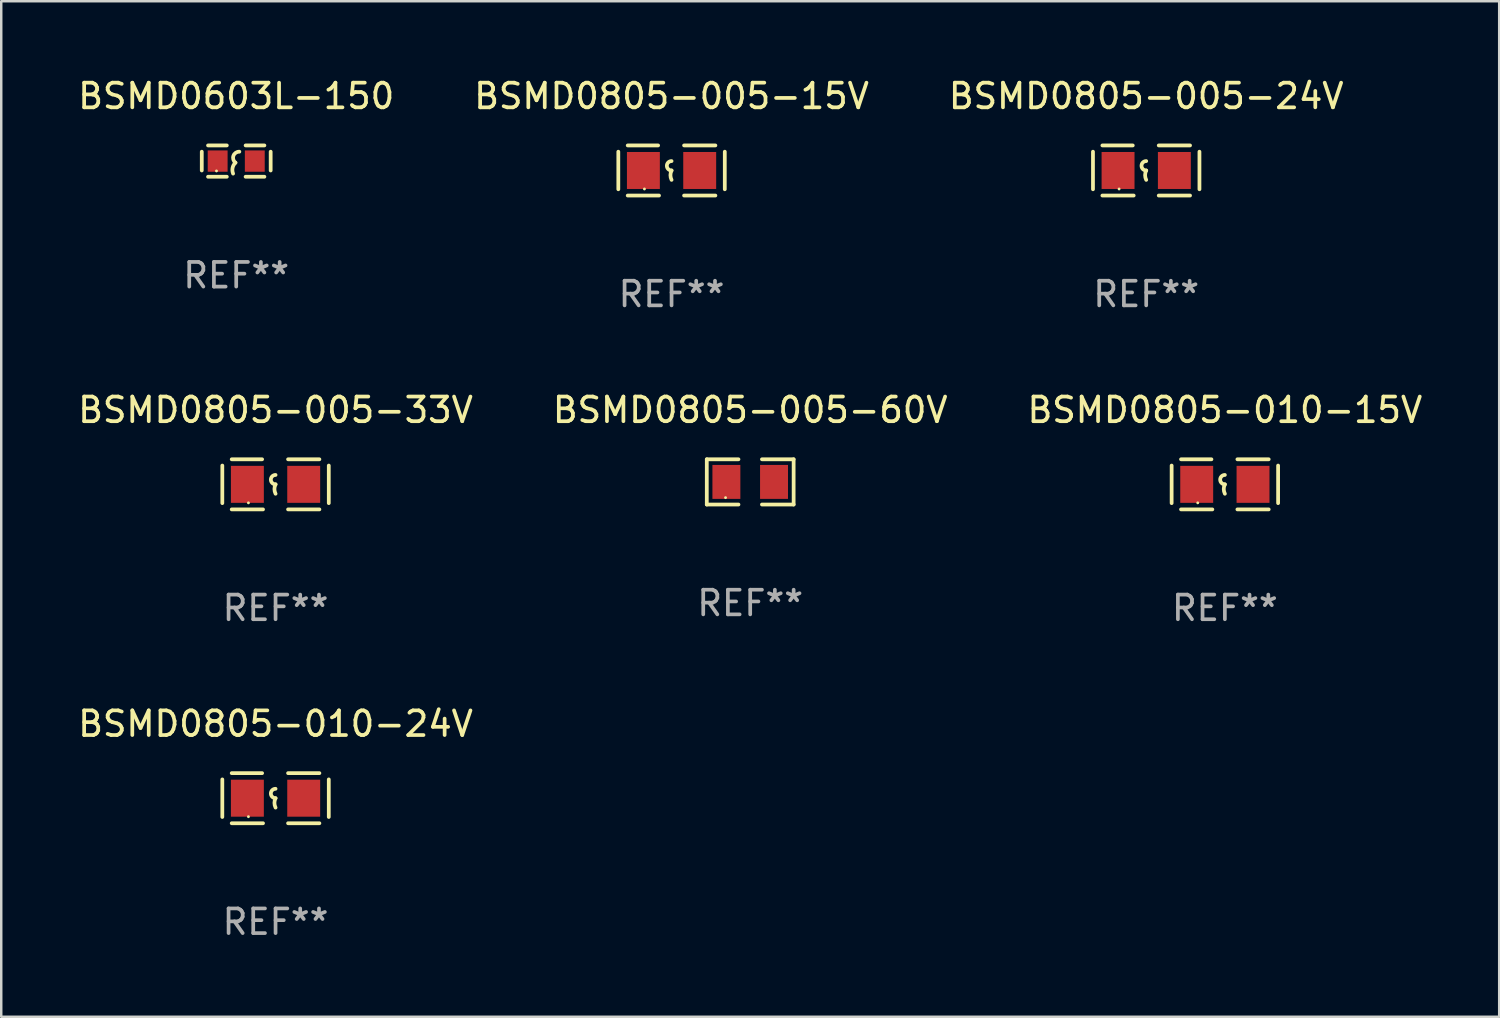
<source format=kicad_pcb>
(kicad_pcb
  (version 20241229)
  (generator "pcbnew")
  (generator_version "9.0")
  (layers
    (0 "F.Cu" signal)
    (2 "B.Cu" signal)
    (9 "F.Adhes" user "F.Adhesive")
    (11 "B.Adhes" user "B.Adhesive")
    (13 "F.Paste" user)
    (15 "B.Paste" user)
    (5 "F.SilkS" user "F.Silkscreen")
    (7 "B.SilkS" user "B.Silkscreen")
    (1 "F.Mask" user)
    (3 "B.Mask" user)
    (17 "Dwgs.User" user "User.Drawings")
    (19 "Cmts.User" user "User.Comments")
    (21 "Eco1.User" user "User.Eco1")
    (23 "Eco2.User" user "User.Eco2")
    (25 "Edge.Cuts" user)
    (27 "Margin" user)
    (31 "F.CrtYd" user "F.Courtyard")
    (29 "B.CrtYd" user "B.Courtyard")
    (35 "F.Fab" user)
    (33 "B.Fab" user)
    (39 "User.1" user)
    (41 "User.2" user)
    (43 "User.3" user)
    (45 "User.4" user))
  (footprint "BSMD0805-010-24V"
    (layer "F.Cu")
    (at 8.125 29.321)
    (property "Reference" "BSMD0805-010-24V" (at 0 -3.016 0) (layer "F.SilkS") (effects (font (size 1 1) (thickness 0.15))))
    (attr through_hole)
    (fp_line (start -2.159 -0.762) (end -2.159 0.762) (stroke (width 0.152) (type solid)) (layer "F.SilkS"))
    (fp_line (start -1.778 -1.016) (end -0.545 -1.016) (stroke (width 0.152) (type solid)) (layer "F.SilkS"))
    (fp_line (start -0.508 1.016) (end -1.778 1.016) (stroke (width 0.152) (type solid)) (layer "F.SilkS"))
    (fp_line (start 0.508 1.016) (end 1.778 1.016) (stroke (width 0.152) (type solid)) (layer "F.SilkS"))
    (fp_line (start 1.778 -1.016) (end 0.508 -1.016) (stroke (width 0.152) (type solid)) (layer "F.SilkS"))
    (fp_line (start 2.159 -0.762) (end 2.159 0.762) (stroke (width 0.152) (type solid)) (layer "F.SilkS"))
    (fp_arc (start 0 0) (mid -0.1905 -0.1905) (end 0 -0.381) (stroke (width 0.151994) (type solid)) (layer "F.SilkS"))
    (fp_arc (start 0 0.381001) (mid -0.044971 0.1905) (end 0 0) (stroke (width 0.151994) (type solid)) (layer "F.SilkS"))
    (fp_circle (center -1.1 0.75) (end -1.07 0.75) (stroke (width 0.06) (type solid)) (fill no) (layer "F.SilkS"))
    (fp_text user "REF**" (at 0 5.016 0) (layer "F.Fab") (effects (font (size 1 1) (thickness 0.15))))
    (pad "1" smd rect (at -1.142 0) (size 1.335 1.5) (layers "F.Cu" "F.Mask" "F.Paste"))
    (pad "2" smd rect (at 1.142 0) (size 1.335 1.5) (layers "F.Cu" "F.Mask" "F.Paste")))
  (footprint "BSMD0805-010-15V"
    (layer "F.Cu")
    (at 46.625 16.593)
    (property "Reference" "BSMD0805-010-15V" (at 0 -3.016 0) (layer "F.SilkS") (effects (font (size 1 1) (thickness 0.15))))
    (attr through_hole)
    (fp_line (start -2.159 -0.762) (end -2.159 0.762) (stroke (width 0.152) (type solid)) (layer "F.SilkS"))
    (fp_line (start -1.778 -1.016) (end -0.545 -1.016) (stroke (width 0.152) (type solid)) (layer "F.SilkS"))
    (fp_line (start -0.508 1.016) (end -1.778 1.016) (stroke (width 0.152) (type solid)) (layer "F.SilkS"))
    (fp_line (start 0.508 1.016) (end 1.778 1.016) (stroke (width 0.152) (type solid)) (layer "F.SilkS"))
    (fp_line (start 1.778 -1.016) (end 0.508 -1.016) (stroke (width 0.152) (type solid)) (layer "F.SilkS"))
    (fp_line (start 2.159 -0.762) (end 2.159 0.762) (stroke (width 0.152) (type solid)) (layer "F.SilkS"))
    (fp_arc (start 0 0) (mid -0.1905 -0.1905) (end 0 -0.381) (stroke (width 0.151994) (type solid)) (layer "F.SilkS"))
    (fp_arc (start 0 0.381001) (mid -0.044971 0.1905) (end 0 0) (stroke (width 0.151994) (type solid)) (layer "F.SilkS"))
    (fp_circle (center -1.1 0.75) (end -1.07 0.75) (stroke (width 0.06) (type solid)) (fill no) (layer "F.SilkS"))
    (fp_text user "REF**" (at 0 5.016 0) (layer "F.Fab") (effects (font (size 1 1) (thickness 0.15))))
    (pad "1" smd rect (at -1.142 0) (size 1.335 1.5) (layers "F.Cu" "F.Mask" "F.Paste"))
    (pad "2" smd rect (at 1.142 0) (size 1.335 1.5) (layers "F.Cu" "F.Mask" "F.Paste")))
  (footprint "BSMD0805-005-33V"
    (layer "F.Cu")
    (at 8.125 16.593)
    (property "Reference" "BSMD0805-005-33V" (at 0 -3.016 0) (layer "F.SilkS") (effects (font (size 1 1) (thickness 0.15))))
    (attr through_hole)
    (fp_line (start -2.159 -0.762) (end -2.159 0.762) (stroke (width 0.152) (type solid)) (layer "F.SilkS"))
    (fp_line (start -1.778 -1.016) (end -0.545 -1.016) (stroke (width 0.152) (type solid)) (layer "F.SilkS"))
    (fp_line (start -0.508 1.016) (end -1.778 1.016) (stroke (width 0.152) (type solid)) (layer "F.SilkS"))
    (fp_line (start 0.508 1.016) (end 1.778 1.016) (stroke (width 0.152) (type solid)) (layer "F.SilkS"))
    (fp_line (start 1.778 -1.016) (end 0.508 -1.016) (stroke (width 0.152) (type solid)) (layer "F.SilkS"))
    (fp_line (start 2.159 -0.762) (end 2.159 0.762) (stroke (width 0.152) (type solid)) (layer "F.SilkS"))
    (fp_arc (start 0 0) (mid -0.1905 -0.1905) (end 0 -0.381) (stroke (width 0.151994) (type solid)) (layer "F.SilkS"))
    (fp_arc (start 0 0.381001) (mid -0.044971 0.1905) (end 0 0) (stroke (width 0.151994) (type solid)) (layer "F.SilkS"))
    (fp_circle (center -1.1 0.75) (end -1.07 0.75) (stroke (width 0.06) (type solid)) (fill no) (layer "F.SilkS"))
    (fp_text user "REF**" (at 0 5.016 0) (layer "F.Fab") (effects (font (size 1 1) (thickness 0.15))))
    (pad "1" smd rect (at -1.142 0) (size 1.335 1.5) (layers "F.Cu" "F.Mask" "F.Paste"))
    (pad "2" smd rect (at 1.142 0) (size 1.335 1.5) (layers "F.Cu" "F.Mask" "F.Paste")))
  (footprint "BSMD0805-005-15V"
    (layer "F.Cu")
    (at 24.185 3.864)
    (property "Reference" "BSMD0805-005-15V" (at 0 -3.016 0) (layer "F.SilkS") (effects (font (size 1 1) (thickness 0.15))))
    (attr through_hole)
    (fp_line (start -2.159 -0.762) (end -2.159 0.762) (stroke (width 0.152) (type solid)) (layer "F.SilkS"))
    (fp_line (start -1.778 -1.016) (end -0.545 -1.016) (stroke (width 0.152) (type solid)) (layer "F.SilkS"))
    (fp_line (start -0.508 1.016) (end -1.778 1.016) (stroke (width 0.152) (type solid)) (layer "F.SilkS"))
    (fp_line (start 0.508 1.016) (end 1.778 1.016) (stroke (width 0.152) (type solid)) (layer "F.SilkS"))
    (fp_line (start 1.778 -1.016) (end 0.508 -1.016) (stroke (width 0.152) (type solid)) (layer "F.SilkS"))
    (fp_line (start 2.159 -0.762) (end 2.159 0.762) (stroke (width 0.152) (type solid)) (layer "F.SilkS"))
    (fp_arc (start 0 0) (mid -0.1905 -0.1905) (end 0 -0.381) (stroke (width 0.151994) (type solid)) (layer "F.SilkS"))
    (fp_arc (start 0 0.381001) (mid -0.044971 0.1905) (end 0 0) (stroke (width 0.151994) (type solid)) (layer "F.SilkS"))
    (fp_circle (center -1.1 0.75) (end -1.07 0.75) (stroke (width 0.06) (type solid)) (fill no) (layer "F.SilkS"))
    (fp_text user "REF**" (at 0 5.016 0) (layer "F.Fab") (effects (font (size 1 1) (thickness 0.15))))
    (pad "1" smd rect (at -1.142 0) (size 1.335 1.5) (layers "F.Cu" "F.Mask" "F.Paste"))
    (pad "2" smd rect (at 1.142 0) (size 1.335 1.5) (layers "F.Cu" "F.Mask" "F.Paste")))
  (footprint "BSMD0805-005-60V"
    (layer "F.Cu")
    (at 27.375 16.494)
    (property "Reference" "BSMD0805-005-60V" (at 0 -2.917 0) (layer "F.SilkS") (effects (font (size 1 1) (thickness 0.15))))
    (attr through_hole)
    (fp_line (start -1.761 -0.917) (end -0.476 -0.917) (stroke (width 0.152) (type solid)) (layer "F.SilkS"))
    (fp_line (start -1.761 0.917) (end -1.761 -0.917) (stroke (width 0.152) (type solid)) (layer "F.SilkS"))
    (fp_line (start -0.476 0.917) (end -1.761 0.917) (stroke (width 0.152) (type solid)) (layer "F.SilkS"))
    (fp_line (start 0.476 0.917) (end 1.761 0.917) (stroke (width 0.152) (type solid)) (layer "F.SilkS"))
    (fp_line (start 1.761 -0.917) (end 0.476 -0.917) (stroke (width 0.152) (type solid)) (layer "F.SilkS"))
    (fp_line (start 1.761 0.917) (end 1.761 -0.917) (stroke (width 0.152) (type solid)) (layer "F.SilkS"))
    (fp_circle (center -1 0.638) (end -0.97 0.638) (stroke (width 0.06) (type solid)) (fill no) (layer "F.SilkS"))
    (fp_text user "REF**" (at 0 4.917 0) (layer "F.Fab") (effects (font (size 1 1) (thickness 0.15))))
    (pad "1" smd rect (at -0.966 0) (size 1.133 1.377) (layers "F.Cu" "F.Mask" "F.Paste"))
    (pad "2" smd rect (at 0.966 0) (size 1.133 1.377) (layers "F.Cu" "F.Mask" "F.Paste")))
  (footprint "BSMD0805-005-24V"
    (layer "F.Cu")
    (at 43.435 3.864)
    (property "Reference" "BSMD0805-005-24V" (at 0 -3.016 0) (layer "F.SilkS") (effects (font (size 1 1) (thickness 0.15))))
    (attr through_hole)
    (fp_line (start -2.159 -0.762) (end -2.159 0.762) (stroke (width 0.152) (type solid)) (layer "F.SilkS"))
    (fp_line (start -1.778 -1.016) (end -0.545 -1.016) (stroke (width 0.152) (type solid)) (layer "F.SilkS"))
    (fp_line (start -0.508 1.016) (end -1.778 1.016) (stroke (width 0.152) (type solid)) (layer "F.SilkS"))
    (fp_line (start 0.508 1.016) (end 1.778 1.016) (stroke (width 0.152) (type solid)) (layer "F.SilkS"))
    (fp_line (start 1.778 -1.016) (end 0.508 -1.016) (stroke (width 0.152) (type solid)) (layer "F.SilkS"))
    (fp_line (start 2.159 -0.762) (end 2.159 0.762) (stroke (width 0.152) (type solid)) (layer "F.SilkS"))
    (fp_arc (start 0 0) (mid -0.1905 -0.1905) (end 0 -0.381) (stroke (width 0.151994) (type solid)) (layer "F.SilkS"))
    (fp_arc (start 0 0.381001) (mid -0.044971 0.1905) (end 0 0) (stroke (width 0.151994) (type solid)) (layer "F.SilkS"))
    (fp_circle (center -1.1 0.75) (end -1.07 0.75) (stroke (width 0.06) (type solid)) (fill no) (layer "F.SilkS"))
    (fp_text user "REF**" (at 0 5.016 0) (layer "F.Fab") (effects (font (size 1 1) (thickness 0.15))))
    (pad "1" smd rect (at -1.142 0) (size 1.335 1.5) (layers "F.Cu" "F.Mask" "F.Paste"))
    (pad "2" smd rect (at 1.142 0) (size 1.335 1.5) (layers "F.Cu" "F.Mask" "F.Paste")))
  (footprint "BSMD0603L-150"
    (layer "F.Cu")
    (at 6.53 3.483)
    (property "Reference" "BSMD0603L-150" (at 0 -2.635 0) (layer "F.SilkS") (effects (font (size 1 1) (thickness 0.15))))
    (attr through_hole)
    (fp_line (start -1.397 -0.381) (end -1.397 0.381) (stroke (width 0.152) (type solid)) (layer "F.SilkS"))
    (fp_line (start -0.381 -0.635) (end -1.143 -0.635) (stroke (width 0.152) (type solid)) (layer "F.SilkS"))
    (fp_line (start -0.381 0.635) (end -1.143 0.635) (stroke (width 0.152) (type solid)) (layer "F.SilkS"))
    (fp_line (start 0.381 -0.635) (end 1.143 -0.635) (stroke (width 0.152) (type solid)) (layer "F.SilkS"))
    (fp_line (start 0.381 0.635) (end 1.143 0.635) (stroke (width 0.152) (type solid)) (layer "F.SilkS"))
    (fp_line (start 1.397 -0.381) (end 1.397 0.381) (stroke (width 0.152) (type solid)) (layer "F.SilkS"))
    (fp_arc (start -0.127 0.508001) (mid -0.146523 0.271131) (end -0.030861 0.0635) (stroke (width 0.151994) (type solid)) (layer "F.SilkS"))
    (fp_arc (start -0.03175 0.0635) (mid -0.113571 -0.216321) (end 0.127001 -0.381002) (stroke (width 0.151994) (type solid)) (layer "F.SilkS"))
    (fp_circle (center -0.8 0.4) (end -0.77 0.4) (stroke (width 0.06) (type solid)) (fill no) (layer "F.SilkS"))
    (fp_text user "REF**" (at 0 4.635 0) (layer "F.Fab") (effects (font (size 1 1) (thickness 0.15))))
    (pad "1" smd rect (at -0.753 0) (size 0.806 0.864) (layers "F.Cu" "F.Mask" "F.Paste"))
    (pad "2" smd rect (at 0.753 0) (size 0.806 0.864) (layers "F.Cu" "F.Mask" "F.Paste")))
  (gr_rect
    (start -3 -3)
    (end 57.75 38.186)
    (stroke (width 0.1) (type default))
    (fill no)
    (layer "Edge.Cuts")))
</source>
